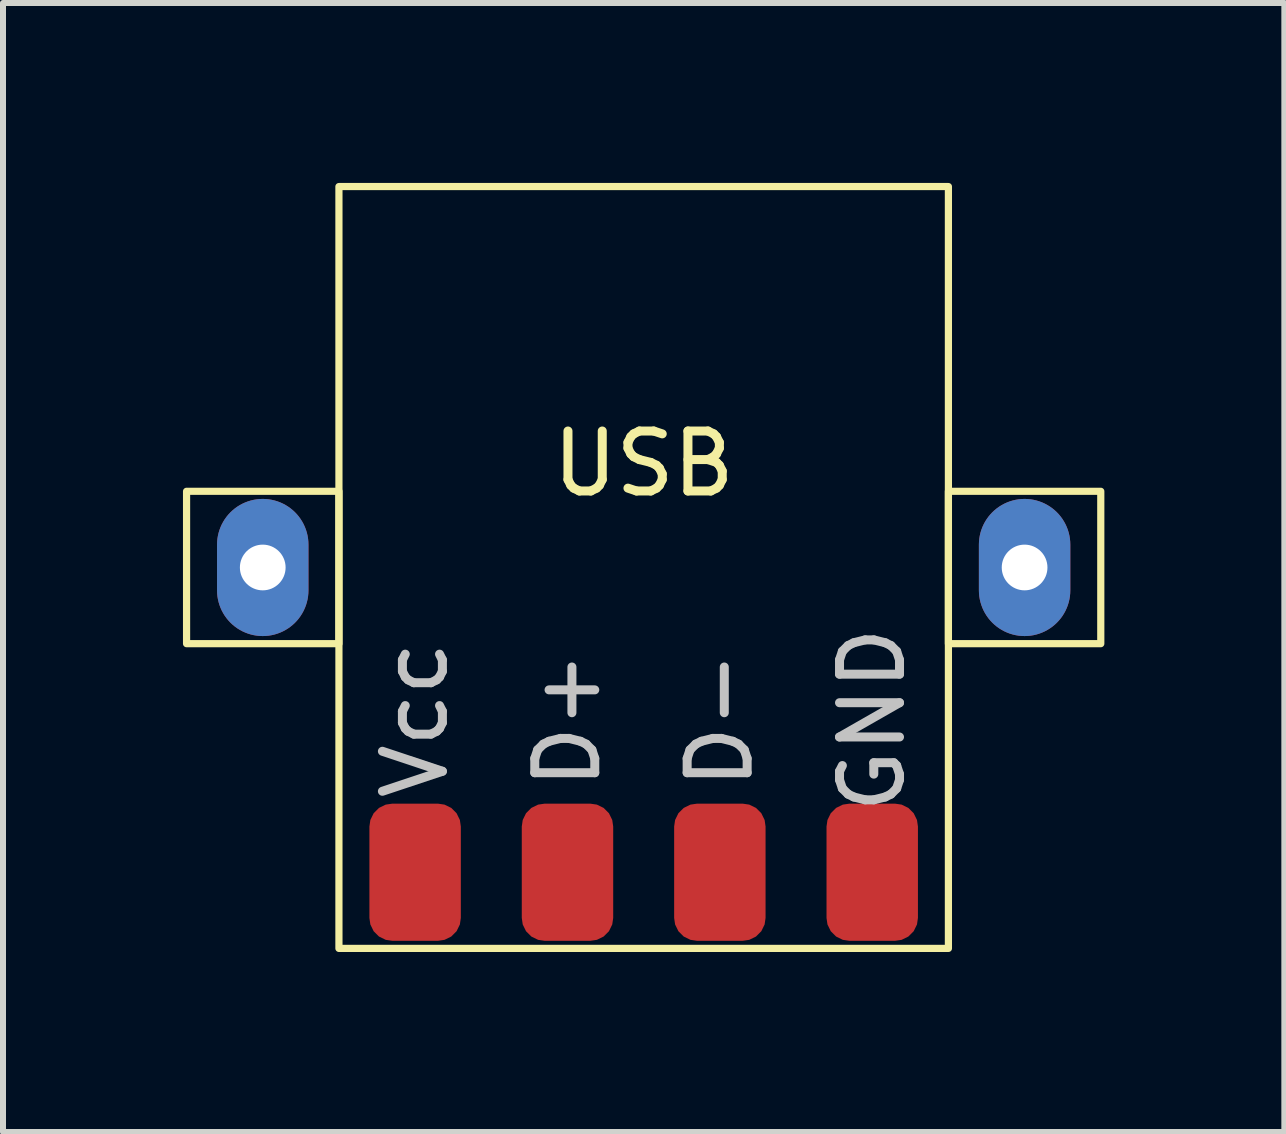
<source format=kicad_pcb>
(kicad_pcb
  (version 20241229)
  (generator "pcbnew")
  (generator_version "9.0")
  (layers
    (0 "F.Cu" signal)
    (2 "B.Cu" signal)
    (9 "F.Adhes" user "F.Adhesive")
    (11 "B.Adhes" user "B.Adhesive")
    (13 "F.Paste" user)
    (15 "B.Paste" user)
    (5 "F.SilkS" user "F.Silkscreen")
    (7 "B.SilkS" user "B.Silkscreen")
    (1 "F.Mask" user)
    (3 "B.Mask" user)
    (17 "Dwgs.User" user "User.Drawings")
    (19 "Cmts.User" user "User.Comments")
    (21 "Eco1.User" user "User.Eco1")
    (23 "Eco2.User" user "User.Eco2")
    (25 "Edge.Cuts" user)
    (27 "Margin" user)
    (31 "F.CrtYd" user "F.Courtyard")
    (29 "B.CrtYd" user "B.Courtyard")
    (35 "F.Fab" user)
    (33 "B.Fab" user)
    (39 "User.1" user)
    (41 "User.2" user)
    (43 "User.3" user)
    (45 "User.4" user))
  (footprint "USB"
    (layer "F.Cu")
    (at 7.68 2.6)
    (property "Reference" "USB" (at 0 2.08 0) (unlocked yes) (layer "F.SilkS") (effects (font (size 1 1) (thickness 0.15))))
    (attr smd)
    (fp_rect (start -5.08 -2.54) (end 5.08 10.16) (stroke (width 0.12) (type solid)) (fill no) (layer "F.SilkS"))
    (fp_rect (start -5.08 2.54) (end -7.62 5.08) (stroke (width 0.12) (type solid)) (fill no) (layer "F.SilkS"))
    (fp_rect (start 5.08 2.54) (end 7.62 5.08) (stroke (width 0.12) (type solid)) (fill no) (layer "F.SilkS"))
    (fp_text user "D+" (at -1.27 6.35 90) (unlocked yes) (layer "Dwgs.User") (effects (font (size 1 1) (thickness 0.15))))
    (fp_text user "Vcc" (at -3.81 6.35 90) (unlocked yes) (layer "Dwgs.User") (effects (font (size 1 1) (thickness 0.15))))
    (fp_text user "D-" (at 1.27 6.35 90) (unlocked yes) (layer "Dwgs.User") (effects (font (size 1 1) (thickness 0.15))))
    (fp_text user "GND" (at 3.81 6.35 90) (unlocked yes) (layer "Dwgs.User") (effects (font (size 1 1) (thickness 0.15))))
    (pad "" np_thru_hole oval (at -6.35 3.81 90) (size 2.286 1.524) (drill oval 0.762) (layers "*.Cu" "*.Mask"))
    (pad "" np_thru_hole oval (at 6.35 3.81 90) (size 2.286 1.524) (drill oval 0.762) (layers "*.Cu" "*.Mask"))
    (pad "1" smd roundrect (at -3.81 8.89 90) (size 2.286 1.524) (layers "F.Cu" "F.Mask" "F.Paste") (roundrect_rratio 0.25))
    (pad "2" smd roundrect (at -1.27 8.89 90) (size 2.286 1.524) (layers "F.Cu" "F.Mask" "F.Paste") (roundrect_rratio 0.25))
    (pad "3" smd roundrect (at 1.27 8.89 90) (size 2.286 1.524) (layers "F.Cu" "F.Mask" "F.Paste") (roundrect_rratio 0.25))
    (pad "4" smd roundrect (at 3.81 8.89 90) (size 2.286 1.524) (layers "F.Cu" "F.Mask" "F.Paste") (roundrect_rratio 0.25)))
  (gr_rect
    (start -3 -3)
    (end 18.36 15.82)
    (stroke (width 0.1) (type default))
    (fill no)
    (layer "Edge.Cuts")))
</source>
